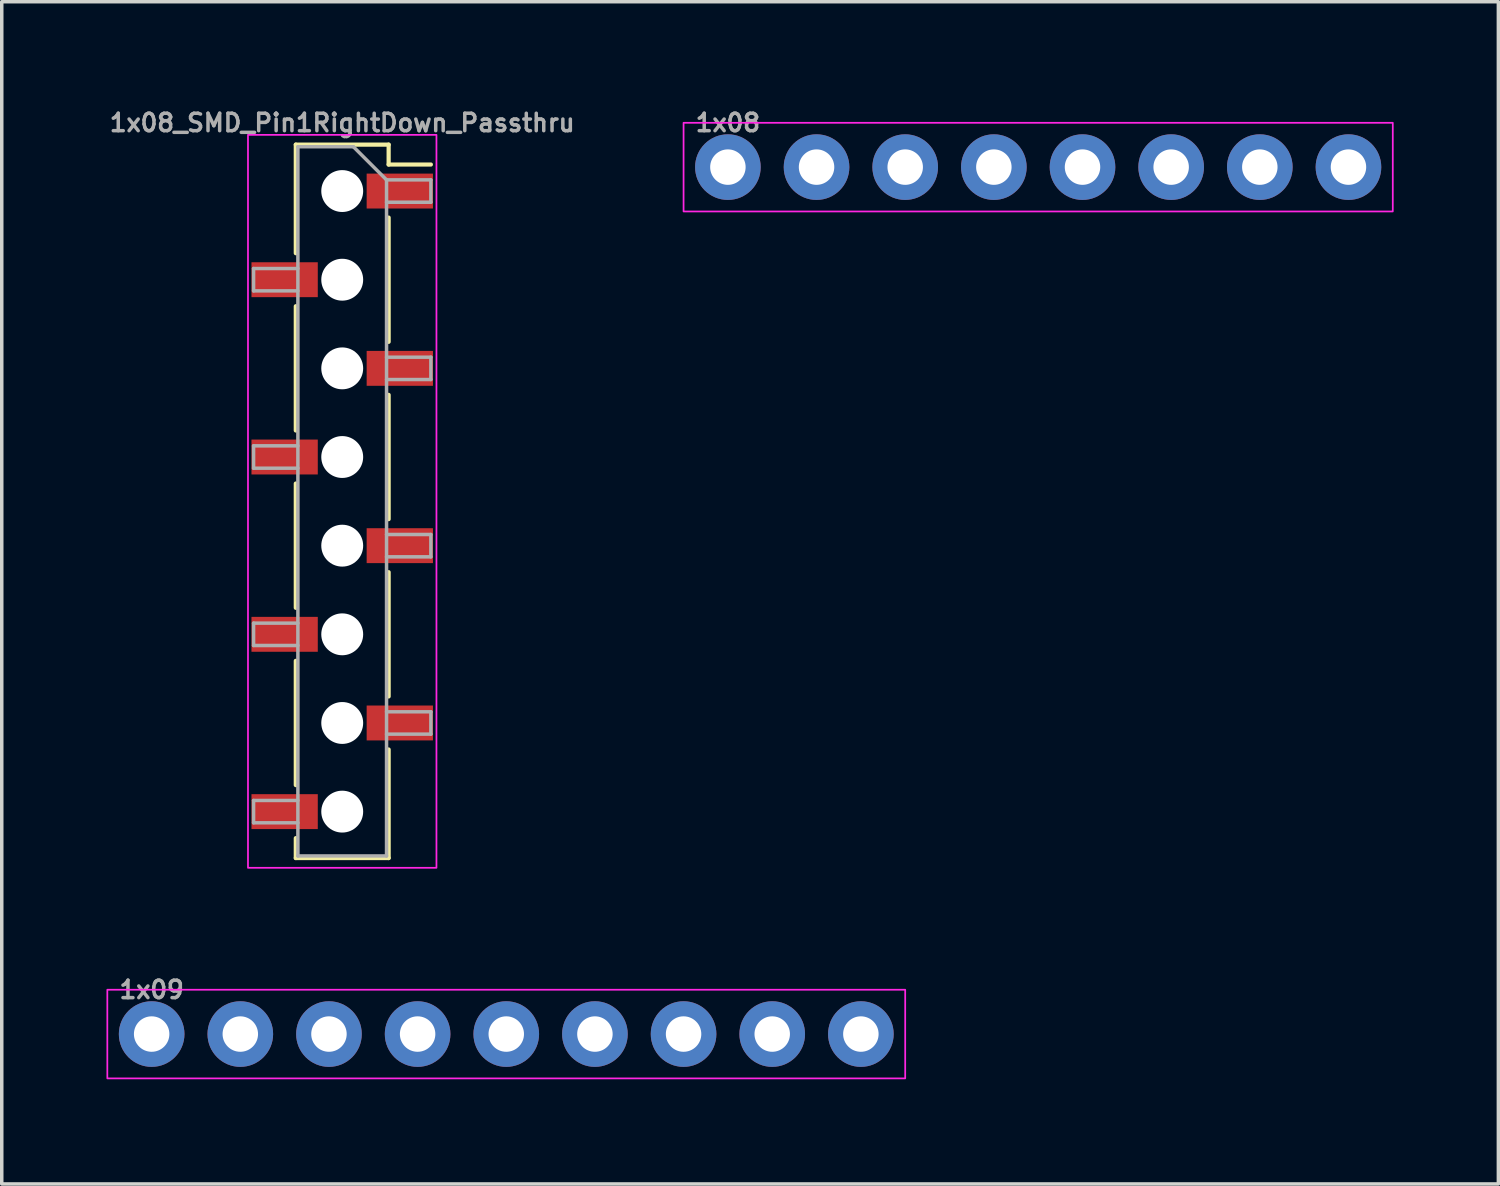
<source format=kicad_pcb>
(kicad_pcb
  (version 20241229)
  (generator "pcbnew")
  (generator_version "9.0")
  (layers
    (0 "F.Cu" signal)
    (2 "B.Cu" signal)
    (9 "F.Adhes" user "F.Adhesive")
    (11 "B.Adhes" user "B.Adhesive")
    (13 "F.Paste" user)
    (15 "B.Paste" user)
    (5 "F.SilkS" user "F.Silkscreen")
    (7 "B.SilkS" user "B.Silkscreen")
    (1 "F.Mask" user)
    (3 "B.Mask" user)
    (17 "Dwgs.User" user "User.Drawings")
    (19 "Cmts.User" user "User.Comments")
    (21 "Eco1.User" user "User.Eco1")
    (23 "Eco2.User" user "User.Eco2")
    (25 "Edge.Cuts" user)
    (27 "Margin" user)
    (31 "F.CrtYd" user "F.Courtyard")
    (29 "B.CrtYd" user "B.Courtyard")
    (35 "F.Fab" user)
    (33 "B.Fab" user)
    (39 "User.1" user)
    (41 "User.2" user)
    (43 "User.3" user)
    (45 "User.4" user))
  (footprint "1x09"
    (layer "F.Cu")
    (at 1.295 26.577)
    (property "Reference" "1x09" (at 0 -1.27 0) (layer "F.Fab") (effects (font (size 0.5 0.5) (thickness 0.1))))
    (fp_rect (start -1.27 -1.27) (end 21.59 1.27) (stroke (width 0.05) (type default)) (fill no) (layer "F.CrtYd"))
    (fp_poly (pts (xy -0.254 0.254) (xy 0.254 0.254) (xy 0.254 -0.254) (xy -0.254 -0.254)) (stroke (width 0.1) (type default)) (fill no) (layer "F.Fab"))
    (fp_poly (pts (xy 2.286 0.254) (xy 2.794 0.254) (xy 2.794 -0.254) (xy 2.286 -0.254)) (stroke (width 0.1) (type default)) (fill no) (layer "F.Fab"))
    (fp_poly (pts (xy 4.826 0.254) (xy 5.334 0.254) (xy 5.334 -0.254) (xy 4.826 -0.254)) (stroke (width 0.1) (type default)) (fill no) (layer "F.Fab"))
    (fp_poly (pts (xy 7.366 0.254) (xy 7.874 0.254) (xy 7.874 -0.254) (xy 7.366 -0.254)) (stroke (width 0.1) (type default)) (fill no) (layer "F.Fab"))
    (fp_poly (pts (xy 9.906 0.254) (xy 10.414 0.254) (xy 10.414 -0.254) (xy 9.906 -0.254)) (stroke (width 0.1) (type default)) (fill no) (layer "F.Fab"))
    (fp_poly (pts (xy 12.446 0.254) (xy 12.954 0.254) (xy 12.954 -0.254) (xy 12.446 -0.254)) (stroke (width 0.1) (type default)) (fill no) (layer "F.Fab"))
    (fp_poly (pts (xy 14.986 0.254) (xy 15.494 0.254) (xy 15.494 -0.254) (xy 14.986 -0.254)) (stroke (width 0.1) (type default)) (fill no) (layer "F.Fab"))
    (fp_poly (pts (xy 17.526 0.254) (xy 18.034 0.254) (xy 18.034 -0.254) (xy 17.526 -0.254)) (stroke (width 0.1) (type default)) (fill no) (layer "F.Fab"))
    (fp_poly (pts (xy 20.066 0.254) (xy 20.574 0.254) (xy 20.574 -0.254) (xy 20.066 -0.254)) (stroke (width 0.1) (type default)) (fill no) (layer "F.Fab"))
    (pad "1" thru_hole circle (at 0 0 90) (size 1.88 1.88) (drill 1.016) (layers "*.Cu" "*.Mask") (remove_unused_layers yes) (keep_end_layers yes) (zone_layer_connections))
    (pad "2" thru_hole circle (at 2.54 0 90) (size 1.88 1.88) (drill 1.016) (layers "*.Cu" "*.Mask") (remove_unused_layers yes) (keep_end_layers yes) (zone_layer_connections))
    (pad "3" thru_hole circle (at 5.08 0 90) (size 1.88 1.88) (drill 1.016) (layers "*.Cu" "*.Mask") (remove_unused_layers yes) (keep_end_layers yes) (zone_layer_connections))
    (pad "4" thru_hole circle (at 7.62 0 90) (size 1.88 1.88) (drill 1.016) (layers "*.Cu" "*.Mask") (remove_unused_layers yes) (keep_end_layers yes) (zone_layer_connections))
    (pad "5" thru_hole circle (at 10.16 0 90) (size 1.88 1.88) (drill 1.016) (layers "*.Cu" "*.Mask") (remove_unused_layers yes) (keep_end_layers yes) (zone_layer_connections))
    (pad "6" thru_hole circle (at 12.7 0 90) (size 1.88 1.88) (drill 1.016) (layers "*.Cu" "*.Mask") (remove_unused_layers yes) (keep_end_layers yes) (zone_layer_connections))
    (pad "7" thru_hole circle (at 15.24 0 90) (size 1.88 1.88) (drill 1.016) (layers "*.Cu" "*.Mask") (remove_unused_layers yes) (keep_end_layers yes) (zone_layer_connections))
    (pad "8" thru_hole circle (at 17.78 0 90) (size 1.88 1.88) (drill 1.016) (layers "*.Cu" "*.Mask") (remove_unused_layers yes) (keep_end_layers yes) (zone_layer_connections))
    (pad "9" thru_hole circle (at 20.32 0 90) (size 1.88 1.88) (drill 1.016) (layers "*.Cu" "*.Mask") (remove_unused_layers yes) (keep_end_layers yes) (zone_layer_connections)))
  (footprint "1x08"
    (layer "F.Cu")
    (at 17.805 1.738)
    (property "Reference" "1x08" (at 0 -1.27 0) (layer "F.Fab") (effects (font (size 0.5 0.5) (thickness 0.1))))
    (fp_rect (start -1.27 -1.27) (end 19.05 1.27) (stroke (width 0.05) (type default)) (fill no) (layer "F.CrtYd"))
    (fp_poly (pts (xy -0.254 0.254) (xy 0.254 0.254) (xy 0.254 -0.254) (xy -0.254 -0.254)) (stroke (width 0.1) (type default)) (fill no) (layer "F.Fab"))
    (fp_poly (pts (xy 2.286 0.254) (xy 2.794 0.254) (xy 2.794 -0.254) (xy 2.286 -0.254)) (stroke (width 0.1) (type default)) (fill no) (layer "F.Fab"))
    (fp_poly (pts (xy 4.826 0.254) (xy 5.334 0.254) (xy 5.334 -0.254) (xy 4.826 -0.254)) (stroke (width 0.1) (type default)) (fill no) (layer "F.Fab"))
    (fp_poly (pts (xy 7.366 0.254) (xy 7.874 0.254) (xy 7.874 -0.254) (xy 7.366 -0.254)) (stroke (width 0.1) (type default)) (fill no) (layer "F.Fab"))
    (fp_poly (pts (xy 9.906 0.254) (xy 10.414 0.254) (xy 10.414 -0.254) (xy 9.906 -0.254)) (stroke (width 0.1) (type default)) (fill no) (layer "F.Fab"))
    (fp_poly (pts (xy 12.446 0.254) (xy 12.954 0.254) (xy 12.954 -0.254) (xy 12.446 -0.254)) (stroke (width 0.1) (type default)) (fill no) (layer "F.Fab"))
    (fp_poly (pts (xy 14.986 0.254) (xy 15.494 0.254) (xy 15.494 -0.254) (xy 14.986 -0.254)) (stroke (width 0.1) (type default)) (fill no) (layer "F.Fab"))
    (fp_poly (pts (xy 17.526 0.254) (xy 18.034 0.254) (xy 18.034 -0.254) (xy 17.526 -0.254)) (stroke (width 0.1) (type default)) (fill no) (layer "F.Fab"))
    (pad "1" thru_hole circle (at 0 0 90) (size 1.88 1.88) (drill 1.016) (layers "*.Cu" "*.Mask") (remove_unused_layers yes) (keep_end_layers yes) (zone_layer_connections))
    (pad "2" thru_hole circle (at 2.54 0 90) (size 1.88 1.88) (drill 1.016) (layers "*.Cu" "*.Mask") (remove_unused_layers yes) (keep_end_layers yes) (zone_layer_connections))
    (pad "3" thru_hole circle (at 5.08 0 90) (size 1.88 1.88) (drill 1.016) (layers "*.Cu" "*.Mask") (remove_unused_layers yes) (keep_end_layers yes) (zone_layer_connections))
    (pad "4" thru_hole circle (at 7.62 0 90) (size 1.88 1.88) (drill 1.016) (layers "*.Cu" "*.Mask") (remove_unused_layers yes) (keep_end_layers yes) (zone_layer_connections))
    (pad "5" thru_hole circle (at 10.16 0 90) (size 1.88 1.88) (drill 1.016) (layers "*.Cu" "*.Mask") (remove_unused_layers yes) (keep_end_layers yes) (zone_layer_connections))
    (pad "6" thru_hole circle (at 12.7 0 90) (size 1.88 1.88) (drill 1.016) (layers "*.Cu" "*.Mask") (remove_unused_layers yes) (keep_end_layers yes) (zone_layer_connections))
    (pad "7" thru_hole circle (at 15.24 0 90) (size 1.88 1.88) (drill 1.016) (layers "*.Cu" "*.Mask") (remove_unused_layers yes) (keep_end_layers yes) (zone_layer_connections))
    (pad "8" thru_hole circle (at 17.78 0 90) (size 1.88 1.88) (drill 1.016) (layers "*.Cu" "*.Mask") (remove_unused_layers yes) (keep_end_layers yes) (zone_layer_connections)))
  (footprint "1x08_SMD_Pin1RightDown_Passthru"
    (layer "F.Cu")
    (at 6.755 11.314)
    (property "Reference" "1x08_SMD_Pin1RightDown_Passthru" (at 0 -10.846 0) (layer "F.Fab") (effects (font (size 0.5 0.5) (thickness 0.1))))
    (attr smd)
    (fp_line (start -1.33 -10.22) (end -1.33 -7.11) (stroke (width 0.12) (type solid)) (layer "F.SilkS"))
    (fp_line (start -1.33 -10.22) (end 1.33 -10.22) (stroke (width 0.12) (type solid)) (layer "F.SilkS"))
    (fp_line (start -1.33 -5.59) (end -1.33 -2.03) (stroke (width 0.12) (type solid)) (layer "F.SilkS"))
    (fp_line (start -1.33 -0.51) (end -1.33 3.05) (stroke (width 0.12) (type solid)) (layer "F.SilkS"))
    (fp_line (start -1.33 4.57) (end -1.33 8.13) (stroke (width 0.12) (type solid)) (layer "F.SilkS"))
    (fp_line (start -1.33 9.65) (end -1.33 10.22) (stroke (width 0.12) (type solid)) (layer "F.SilkS"))
    (fp_line (start -1.33 10.22) (end 1.33 10.22) (stroke (width 0.12) (type solid)) (layer "F.SilkS"))
    (fp_line (start 1.33 -10.22) (end 1.33 -9.65) (stroke (width 0.12) (type solid)) (layer "F.SilkS"))
    (fp_line (start 1.33 -9.65) (end 2.54 -9.65) (stroke (width 0.12) (type solid)) (layer "F.SilkS"))
    (fp_line (start 1.33 -8.13) (end 1.33 -4.57) (stroke (width 0.12) (type solid)) (layer "F.SilkS"))
    (fp_line (start 1.33 -3.05) (end 1.33 0.51) (stroke (width 0.12) (type solid)) (layer "F.SilkS"))
    (fp_line (start 1.33 2.03) (end 1.33 5.59) (stroke (width 0.12) (type solid)) (layer "F.SilkS"))
    (fp_line (start 1.33 7.11) (end 1.33 10.22) (stroke (width 0.12) (type solid)) (layer "F.SilkS"))
    (fp_rect (start -2.7 -10.5) (end 2.7 10.5) (stroke (width 0.05) (type default)) (fill no) (layer "F.CrtYd"))
    (fp_line (start -2.54 -6.67) (end -2.54 -6.03) (stroke (width 0.1) (type solid)) (layer "F.Fab"))
    (fp_line (start -2.54 -6.03) (end -1.27 -6.03) (stroke (width 0.1) (type solid)) (layer "F.Fab"))
    (fp_line (start -2.54 -1.59) (end -2.54 -0.95) (stroke (width 0.1) (type solid)) (layer "F.Fab"))
    (fp_line (start -2.54 -0.95) (end -1.27 -0.95) (stroke (width 0.1) (type solid)) (layer "F.Fab"))
    (fp_line (start -2.54 3.49) (end -2.54 4.13) (stroke (width 0.1) (type solid)) (layer "F.Fab"))
    (fp_line (start -2.54 4.13) (end -1.27 4.13) (stroke (width 0.1) (type solid)) (layer "F.Fab"))
    (fp_line (start -2.54 8.57) (end -2.54 9.21) (stroke (width 0.1) (type solid)) (layer "F.Fab"))
    (fp_line (start -2.54 9.21) (end -1.27 9.21) (stroke (width 0.1) (type solid)) (layer "F.Fab"))
    (fp_line (start -1.27 -10.16) (end -1.27 10.16) (stroke (width 0.1) (type solid)) (layer "F.Fab"))
    (fp_line (start -1.27 -10.16) (end 0.32 -10.16) (stroke (width 0.1) (type solid)) (layer "F.Fab"))
    (fp_line (start -1.27 -6.67) (end -2.54 -6.67) (stroke (width 0.1) (type solid)) (layer "F.Fab"))
    (fp_line (start -1.27 -1.59) (end -2.54 -1.59) (stroke (width 0.1) (type solid)) (layer "F.Fab"))
    (fp_line (start -1.27 3.49) (end -2.54 3.49) (stroke (width 0.1) (type solid)) (layer "F.Fab"))
    (fp_line (start -1.27 8.57) (end -2.54 8.57) (stroke (width 0.1) (type solid)) (layer "F.Fab"))
    (fp_line (start 1.27 -9.21) (end 0.32 -10.16) (stroke (width 0.1) (type solid)) (layer "F.Fab"))
    (fp_line (start 1.27 -9.21) (end 2.54 -9.21) (stroke (width 0.1) (type solid)) (layer "F.Fab"))
    (fp_line (start 1.27 -4.13) (end 2.54 -4.13) (stroke (width 0.1) (type solid)) (layer "F.Fab"))
    (fp_line (start 1.27 0.95) (end 2.54 0.95) (stroke (width 0.1) (type solid)) (layer "F.Fab"))
    (fp_line (start 1.27 6.03) (end 2.54 6.03) (stroke (width 0.1) (type solid)) (layer "F.Fab"))
    (fp_line (start 1.27 10.16) (end -1.27 10.16) (stroke (width 0.1) (type solid)) (layer "F.Fab"))
    (fp_line (start 1.27 10.16) (end 1.27 -9.21) (stroke (width 0.1) (type solid)) (layer "F.Fab"))
    (fp_line (start 2.54 -9.21) (end 2.54 -8.57) (stroke (width 0.1) (type solid)) (layer "F.Fab"))
    (fp_line (start 2.54 -8.57) (end 1.27 -8.57) (stroke (width 0.1) (type solid)) (layer "F.Fab"))
    (fp_line (start 2.54 -4.13) (end 2.54 -3.49) (stroke (width 0.1) (type solid)) (layer "F.Fab"))
    (fp_line (start 2.54 -3.49) (end 1.27 -3.49) (stroke (width 0.1) (type solid)) (layer "F.Fab"))
    (fp_line (start 2.54 0.95) (end 2.54 1.59) (stroke (width 0.1) (type solid)) (layer "F.Fab"))
    (fp_line (start 2.54 1.59) (end 1.27 1.59) (stroke (width 0.1) (type solid)) (layer "F.Fab"))
    (fp_line (start 2.54 6.03) (end 2.54 6.67) (stroke (width 0.1) (type solid)) (layer "F.Fab"))
    (fp_line (start 2.54 6.67) (end 1.27 6.67) (stroke (width 0.1) (type solid)) (layer "F.Fab"))
    (pad "" np_thru_hole circle (at 0 -8.89) (size 1.2 1.2) (drill 1.2) (layers "*.Cu" "*.Mask"))
    (pad "" np_thru_hole circle (at 0 -6.35) (size 1.2 1.2) (drill 1.2) (layers "*.Cu" "*.Mask"))
    (pad "" np_thru_hole circle (at 0 -3.81) (size 1.2 1.2) (drill 1.2) (layers "*.Cu" "*.Mask"))
    (pad "" np_thru_hole circle (at 0 -1.27) (size 1.2 1.2) (drill 1.2) (layers "*.Cu" "*.Mask"))
    (pad "" np_thru_hole circle (at 0 1.27) (size 1.2 1.2) (drill 1.2) (layers "*.Cu" "*.Mask"))
    (pad "" np_thru_hole circle (at 0 3.81) (size 1.2 1.2) (drill 1.2) (layers "*.Cu" "*.Mask"))
    (pad "" np_thru_hole circle (at 0 6.35) (size 1.2 1.2) (drill 1.2) (layers "*.Cu" "*.Mask"))
    (pad "" np_thru_hole circle (at 0 8.89) (size 1.2 1.2) (drill 1.2) (layers "*.Cu" "*.Mask"))
    (pad "1" smd rect (at 1.65 -8.89) (size 1.9 1) (layers "F.Cu" "F.Mask" "F.Paste"))
    (pad "2" smd rect (at -1.65 -6.35) (size 1.9 1) (layers "F.Cu" "F.Mask" "F.Paste"))
    (pad "3" smd rect (at 1.65 -3.81) (size 1.9 1) (layers "F.Cu" "F.Mask" "F.Paste"))
    (pad "4" smd rect (at -1.65 -1.27) (size 1.9 1) (layers "F.Cu" "F.Mask" "F.Paste"))
    (pad "5" smd rect (at 1.65 1.27) (size 1.9 1) (layers "F.Cu" "F.Mask" "F.Paste"))
    (pad "6" smd rect (at -1.65 3.81) (size 1.9 1) (layers "F.Cu" "F.Mask" "F.Paste"))
    (pad "7" smd rect (at 1.65 6.35) (size 1.9 1) (layers "F.Cu" "F.Mask" "F.Paste"))
    (pad "8" smd rect (at -1.65 8.89) (size 1.9 1) (layers "F.Cu" "F.Mask" "F.Paste")))
  (gr_rect
    (start -3 -3)
    (end 39.88 30.872)
    (stroke (width 0.1) (type default))
    (fill no)
    (layer "Edge.Cuts")))
</source>
